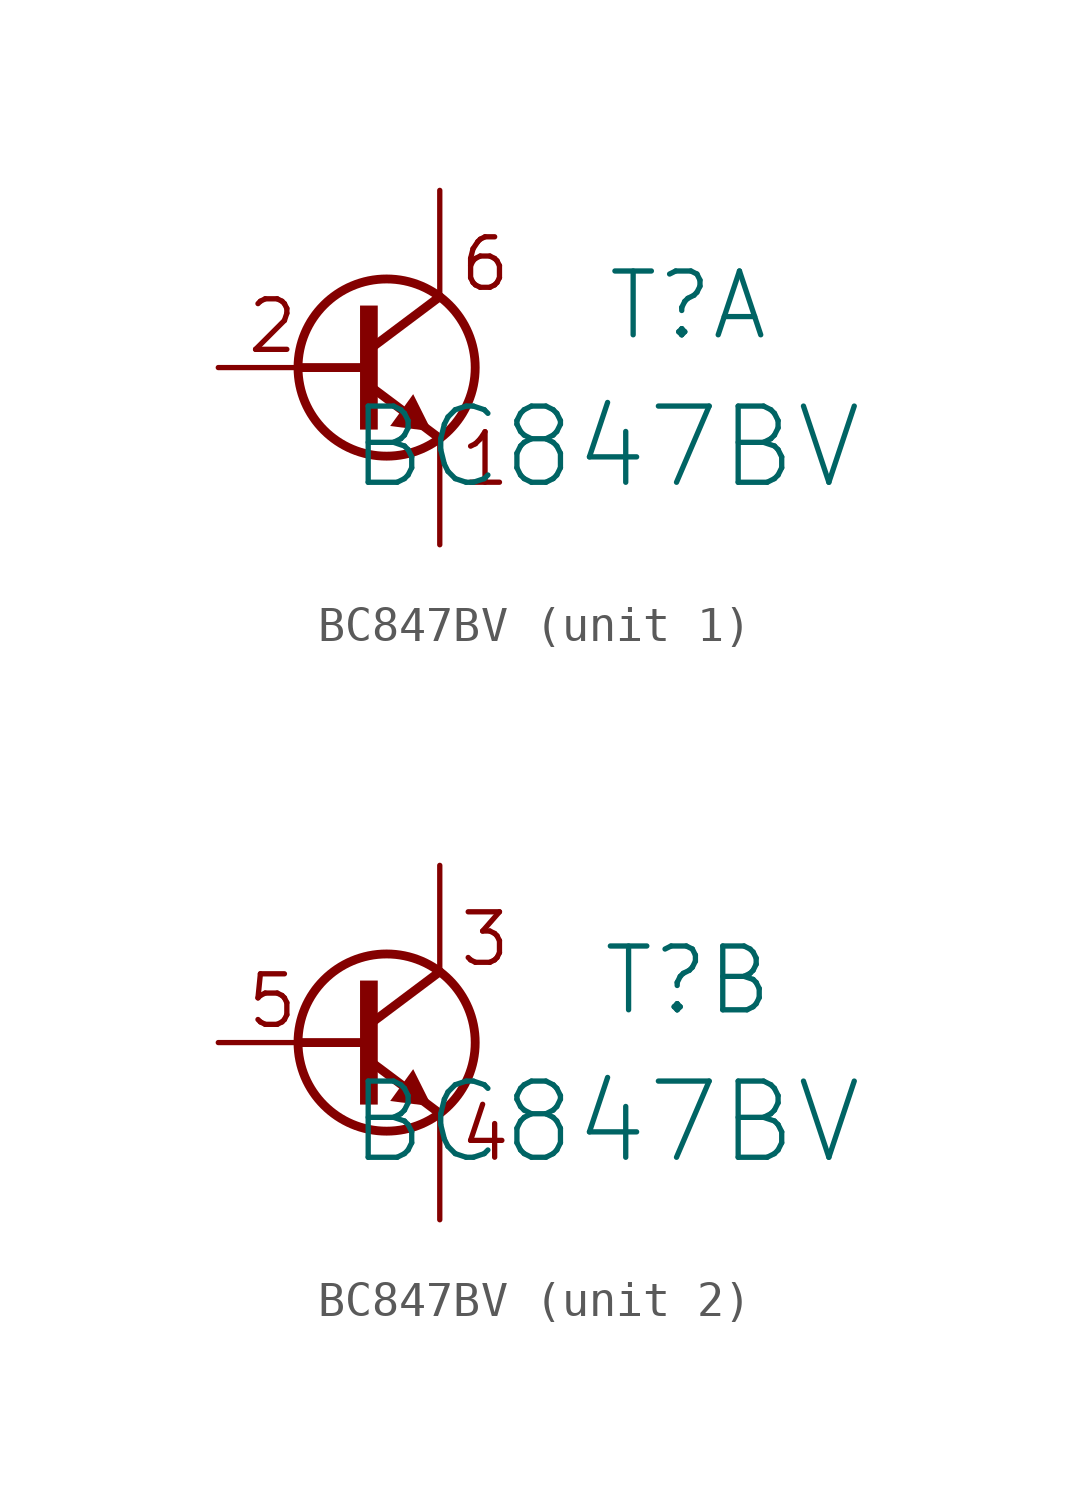
<source format=kicad_sym>
(kicad_symbol_lib
  (version 20231120)
  (generator "kicad_symbol_editor")
  (generator_version "8.0")
  (symbol "BC847BV"
    (property "Reference" "T"
      (at 13.462 1.778 0)
      (effects (font (size 1.829 1.829))))
    (property "Value" "${DEVICE}"
      (at 18.542 -2.286 0)
      (effects (font (size 2.184 2.184)) (justify right)))
    (property "Device" "BC847BV"
      (at -0.508 5.588 0)
      (effects (font (size 2.184 2.184)) (justify left bottom) (hide yes)))
    (symbol "BC847BV_1_0"
      (polyline (pts (xy 2.286 0) (xy 4.318 0)) (stroke (width 0.254) (type solid)) (fill (type none)))
      (polyline (pts (xy 4.318 -0.508) (xy 6.35 -2.032)) (stroke (width 0.254) (type solid)) (fill (type none)))
      (polyline (pts (xy 4.318 0.508) (xy 6.35 2.032)) (stroke (width 0.254) (type solid)) (fill (type none)))
      (polyline (pts (xy 5.588 -0.762) (xy 4.928 -1.676) (xy 6.121 -1.829) (xy 5.588 -0.762)) (stroke (width -0.0001) (type solid)) (fill (type outline)))
      (polyline (pts (xy 4.064 -1.778) (xy 4.572 -1.778) (xy 4.572 1.778) (xy 4.064 1.778) (xy 4.064 -1.778)) (stroke (width -0.0001) (type solid)) (fill (type outline)))
      (circle (center 4.826 0) (radius 2.54) (stroke (width 0.254) (type solid)) (fill (type none)))
      (text "1" (at 6.858 -1.778 0) (effects (font (size 1.448 1.448)) (justify left top)))
      (text "2" (at 0.762 2.032 0) (effects (font (size 1.448 1.448)) (justify left top)))
      (text "6" (at 6.858 3.81 0) (effects (font (size 1.448 1.448)) (justify left top)))
      (pin passive line (at 6.35 -5.08 90) (length 3.048) (name "E" (effects (font (size 0 0)))) (number "1" (effects (font (size 0 0)))))
      (pin passive line (at 0 0 0) (length 2.286) (name "B" (effects (font (size 0 0)))) (number "2" (effects (font (size 0 0)))))
      (pin passive line (at 6.35 5.08 270) (length 3.048) (name "C" (effects (font (size 0 0)))) (number "6" (effects (font (size 0 0))))))
    (symbol "BC847BV_2_0"
      (polyline (pts (xy 2.286 0) (xy 4.318 0)) (stroke (width 0.254) (type solid)) (fill (type none)))
      (polyline (pts (xy 4.318 -0.508) (xy 6.35 -2.032)) (stroke (width 0.254) (type solid)) (fill (type none)))
      (polyline (pts (xy 4.318 0.508) (xy 6.35 2.032)) (stroke (width 0.254) (type solid)) (fill (type none)))
      (polyline (pts (xy 5.588 -0.762) (xy 4.928 -1.676) (xy 6.121 -1.829) (xy 5.588 -0.762)) (stroke (width -0.0001) (type solid)) (fill (type outline)))
      (polyline (pts (xy 4.064 -1.778) (xy 4.572 -1.778) (xy 4.572 1.778) (xy 4.064 1.778) (xy 4.064 -1.778)) (stroke (width -0.0001) (type solid)) (fill (type outline)))
      (circle (center 4.826 0) (radius 2.54) (stroke (width 0.254) (type solid)) (fill (type none)))
      (text "3" (at 6.858 3.81 0) (effects (font (size 1.448 1.448)) (justify left top)))
      (text "4" (at 6.858 -1.778 0) (effects (font (size 1.448 1.448)) (justify left top)))
      (text "5" (at 0.762 2.032 0) (effects (font (size 1.448 1.448)) (justify left top)))
      (pin passive line (at 6.35 5.08 270) (length 3.048) (name "C" (effects (font (size 0 0)))) (number "3" (effects (font (size 0 0)))))
      (pin passive line (at 6.35 -5.08 90) (length 3.048) (name "E" (effects (font (size 0 0)))) (number "4" (effects (font (size 0 0)))))
      (pin passive line (at 0 0 0) (length 2.286) (name "B" (effects (font (size 0 0)))) (number "5" (effects (font (size 0 0))))))))
</source>
